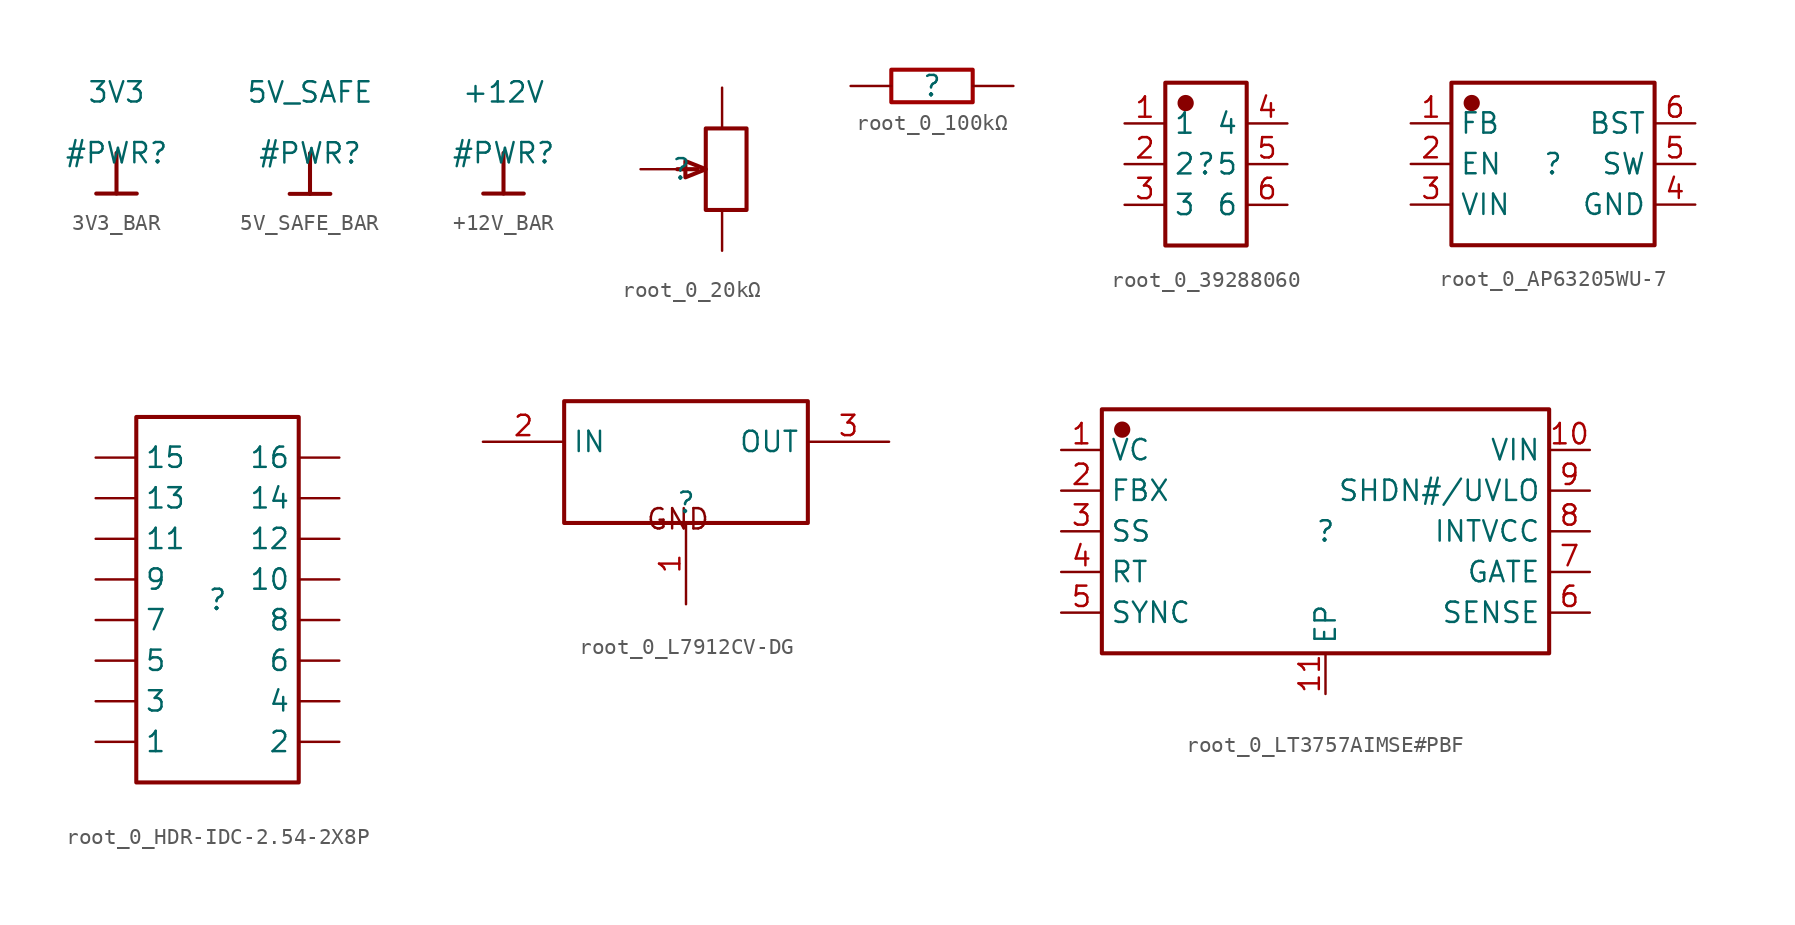
<source format=kicad_sym>
(kicad_symbol_lib
  (version 20231120)
  (generator "kicad_symbol_editor")
  (generator_version "8.0")
  (symbol "3V3_BAR"
    (power)
    (property "Reference" "#PWR"
      (at 0 0 0)
      (effects (font (size 1.27 1.27))))
    (property "Value" "3V3"
      (at 0 3.81 0)
      (effects (font (size 1.27 1.27))))
    (symbol "3V3_BAR_0_0"
      (polyline (pts (xy -1.27 -2.54) (xy 1.27 -2.54)) (stroke (width 0.254) (type solid)) (fill (type none)))
      (polyline (pts (xy 0 0) (xy 0 -2.54)) (stroke (width 0.254) (type solid)) (fill (type none)))
      (pin power_in line (at 0 0 0) (length 0) hide (name "3V3" (effects (font (size 1.27 1.27)))) (number "" (effects (font (size 1.27 1.27)))))))
  (symbol "5V_SAFE_BAR"
    (power)
    (property "Reference" "#PWR"
      (at 0 0 0)
      (effects (font (size 1.27 1.27))))
    (property "Value" "5V_SAFE"
      (at 0 3.81 0)
      (effects (font (size 1.27 1.27))))
    (symbol "5V_SAFE_BAR_0_0"
      (polyline (pts (xy -1.27 -2.54) (xy 1.27 -2.54)) (stroke (width 0.254) (type solid)) (fill (type none)))
      (polyline (pts (xy 0 0) (xy 0 -2.54)) (stroke (width 0.254) (type solid)) (fill (type none)))
      (pin power_in line (at 0 0 0) (length 0) hide (name "5V_SAFE" (effects (font (size 1.27 1.27)))) (number "" (effects (font (size 1.27 1.27)))))))
  (symbol "+12V_BAR"
    (power)
    (property "Reference" "#PWR"
      (at 0 0 0)
      (effects (font (size 1.27 1.27))))
    (property "Value" "+12V"
      (at 0 3.81 0)
      (effects (font (size 1.27 1.27))))
    (symbol "+12V_BAR_0_0"
      (polyline (pts (xy -1.27 -2.54) (xy 1.27 -2.54)) (stroke (width 0.254) (type solid)) (fill (type none)))
      (polyline (pts (xy 0 0) (xy 0 -2.54)) (stroke (width 0.254) (type solid)) (fill (type none)))
      (pin power_in line (at 0 0 0) (length 0) hide (name "+12V" (effects (font (size 1.27 1.27)))) (number "" (effects (font (size 1.27 1.27)))))))
  (symbol "root_0_20kΩ"
    (property "Reference" ""
      (at 0 0 0)
      (effects (font (size 1.27 1.27))))
    (property "Value" ""
      (at 0 0 0)
      (effects (font (size 1.27 1.27))))
    (symbol "root_0_20kΩ_1_0"
      (polyline (pts (xy 1.016 0) (xy -0.254 0)) (stroke (width 0.254) (type solid) (color 136 0 0 1)) (fill (type none)))
      (polyline (pts (xy 1.524 0) (xy 0.254 -0.508) (xy 0.254 -0.508) (xy 0.254 0.508) (xy 0.254 0.508) (xy 1.524 0)) (stroke (width 0.254) (type solid) (color 136 0 0 1)) (fill (type none)))
      (polyline (pts (xy 1.524 -2.54) (xy 1.524 2.54) (xy 1.524 2.54) (xy 4.064 2.54) (xy 4.064 2.54) (xy 4.064 -2.54) (xy 4.064 -2.54) (xy 1.524 -2.54)) (stroke (width 0.254) (type solid) (color 136 0 0 1)) (fill (type none)))
      (pin passive line (at 2.54 5.08 270) (length 2.54) (name "1" (effects (font (size 0 0)))) (number "1" (effects (font (size 0 0)))))
      (pin passive line (at -2.54 0 0) (length 2.54) (name "2" (effects (font (size 0 0)))) (number "2" (effects (font (size 0 0)))))
      (pin passive line (at 2.54 -5.08 90) (length 2.54) (name "3" (effects (font (size 0 0)))) (number "3" (effects (font (size 0 0)))))))
  (symbol "root_0_100kΩ"
    (property "Reference" ""
      (at 0 0 0)
      (effects (font (size 1.27 1.27))))
    (property "Value" ""
      (at 0 0 0)
      (effects (font (size 1.27 1.27))))
    (symbol "root_0_100kΩ_1_0"
      (rectangle (start -2.54 1.016) (end 2.54 -1.016) (stroke (width 0.254) (type solid) (color 160 0 0 1)) (fill (type none)))
      (pin passive line (at -5.08 0 0) (length 2.54) (name "1" (effects (font (size 0 0)))) (number "1" (effects (font (size 0 0)))))
      (pin passive line (at 5.08 0 180) (length 2.54) (name "2" (effects (font (size 0 0)))) (number "2" (effects (font (size 0 0)))))))
  (symbol "root_0_39288060"
    (property "Reference" ""
      (at 0 0 0)
      (effects (font (size 1.27 1.27))))
    (property "Value" ""
      (at 0 0 0)
      (effects (font (size 1.27 1.27))))
    (symbol "root_0_39288060_1_0"
      (rectangle (start -2.54 5.08) (end 2.54 -5.08) (stroke (width 0.254) (type solid) (color 136 0 0 1)) (fill (type none)))
      (circle (center -1.27 3.81) (radius 0.381) (stroke (width 0.254) (type solid) (color 136 0 0 1)) (fill (type outline)))
      (pin passive line (at -5.08 2.54 0) (length 2.54) (name "1" (effects (font (size 1.27 1.27)))) (number "1" (effects (font (size 1.27 1.27)))))
      (pin passive line (at -5.08 0 0) (length 2.54) (name "2" (effects (font (size 1.27 1.27)))) (number "2" (effects (font (size 1.27 1.27)))))
      (pin passive line (at -5.08 -2.54 0) (length 2.54) (name "3" (effects (font (size 1.27 1.27)))) (number "3" (effects (font (size 1.27 1.27)))))
      (pin passive line (at 5.08 2.54 180) (length 2.54) (name "4" (effects (font (size 1.27 1.27)))) (number "4" (effects (font (size 1.27 1.27)))))
      (pin passive line (at 5.08 0 180) (length 2.54) (name "5" (effects (font (size 1.27 1.27)))) (number "5" (effects (font (size 1.27 1.27)))))
      (pin passive line (at 5.08 -2.54 180) (length 2.54) (name "6" (effects (font (size 1.27 1.27)))) (number "6" (effects (font (size 1.27 1.27)))))))
  (symbol "root_0_AP63205WU-7"
    (property "Reference" ""
      (at 0 0 0)
      (effects (font (size 1.27 1.27))))
    (property "Value" ""
      (at 0 0 0)
      (effects (font (size 1.27 1.27))))
    (symbol "root_0_AP63205WU-7_1_0"
      (rectangle (start -6.35 5.08) (end 6.35 -5.08) (stroke (width 0.254) (type solid) (color 136 0 0 1)) (fill (type none)))
      (circle (center -5.08 3.81) (radius 0.381) (stroke (width 0.254) (type solid) (color 136 0 0 1)) (fill (type outline)))
      (pin passive line (at -8.89 2.54 0) (length 2.54) (name "FB" (effects (font (size 1.27 1.27)))) (number "1" (effects (font (size 1.27 1.27)))))
      (pin passive line (at -8.89 0 0) (length 2.54) (name "EN" (effects (font (size 1.27 1.27)))) (number "2" (effects (font (size 1.27 1.27)))))
      (pin passive line (at -8.89 -2.54 0) (length 2.54) (name "VIN" (effects (font (size 1.27 1.27)))) (number "3" (effects (font (size 1.27 1.27)))))
      (pin passive line (at 8.89 -2.54 180) (length 2.54) (name "GND" (effects (font (size 1.27 1.27)))) (number "4" (effects (font (size 1.27 1.27)))))
      (pin passive line (at 8.89 0 180) (length 2.54) (name "SW" (effects (font (size 1.27 1.27)))) (number "5" (effects (font (size 1.27 1.27)))))
      (pin passive line (at 8.89 2.54 180) (length 2.54) (name "BST" (effects (font (size 1.27 1.27)))) (number "6" (effects (font (size 1.27 1.27)))))))
  (symbol "root_0_HDR-IDC-2.54-2X8P"
    (property "Reference" ""
      (at 0 0 0)
      (effects (font (size 1.27 1.27))))
    (property "Value" ""
      (at 0 0 0)
      (effects (font (size 1.27 1.27))))
    (symbol "root_0_HDR-IDC-2.54-2X8P_1_0"
      (rectangle (start -5.08 11.43) (end 5.08 -11.43) (stroke (width 0.254) (type solid) (color 136 0 0 1)) (fill (type none)))
      (pin passive line (at -7.62 -8.89 0) (length 2.54) (name "1" (effects (font (size 1.27 1.27)))) (number "1" (effects (font (size 0 0)))))
      (pin passive line (at 7.62 1.27 180) (length 2.54) (name "10" (effects (font (size 1.27 1.27)))) (number "10" (effects (font (size 0 0)))))
      (pin passive line (at -7.62 3.81 0) (length 2.54) (name "11" (effects (font (size 1.27 1.27)))) (number "11" (effects (font (size 0 0)))))
      (pin passive line (at 7.62 3.81 180) (length 2.54) (name "12" (effects (font (size 1.27 1.27)))) (number "12" (effects (font (size 0 0)))))
      (pin passive line (at -7.62 6.35 0) (length 2.54) (name "13" (effects (font (size 1.27 1.27)))) (number "13" (effects (font (size 0 0)))))
      (pin passive line (at 7.62 6.35 180) (length 2.54) (name "14" (effects (font (size 1.27 1.27)))) (number "14" (effects (font (size 0 0)))))
      (pin passive line (at -7.62 8.89 0) (length 2.54) (name "15" (effects (font (size 1.27 1.27)))) (number "15" (effects (font (size 0 0)))))
      (pin passive line (at 7.62 8.89 180) (length 2.54) (name "16" (effects (font (size 1.27 1.27)))) (number "16" (effects (font (size 0 0)))))
      (pin passive line (at 7.62 -8.89 180) (length 2.54) (name "2" (effects (font (size 1.27 1.27)))) (number "2" (effects (font (size 0 0)))))
      (pin passive line (at -7.62 -6.35 0) (length 2.54) (name "3" (effects (font (size 1.27 1.27)))) (number "3" (effects (font (size 0 0)))))
      (pin passive line (at 7.62 -6.35 180) (length 2.54) (name "4" (effects (font (size 1.27 1.27)))) (number "4" (effects (font (size 0 0)))))
      (pin passive line (at -7.62 -3.81 0) (length 2.54) (name "5" (effects (font (size 1.27 1.27)))) (number "5" (effects (font (size 0 0)))))
      (pin passive line (at 7.62 -3.81 180) (length 2.54) (name "6" (effects (font (size 1.27 1.27)))) (number "6" (effects (font (size 0 0)))))
      (pin passive line (at -7.62 -1.27 0) (length 2.54) (name "7" (effects (font (size 1.27 1.27)))) (number "7" (effects (font (size 0 0)))))
      (pin passive line (at 7.62 -1.27 180) (length 2.54) (name "8" (effects (font (size 1.27 1.27)))) (number "8" (effects (font (size 0 0)))))
      (pin passive line (at -7.62 1.27 0) (length 2.54) (name "9" (effects (font (size 1.27 1.27)))) (number "9" (effects (font (size 0 0)))))))
  (symbol "root_0_L7912CV-DG"
    (property "Reference" ""
      (at 0 0 0)
      (effects (font (size 1.27 1.27))))
    (property "Value" ""
      (at 0 0 0)
      (effects (font (size 1.27 1.27))))
    (symbol "root_0_L7912CV-DG_1_0"
      (rectangle (start -7.62 6.35) (end 7.62 -1.27) (stroke (width 0.254) (type solid) (color 136 0 0 1)) (fill (type none)))
      (text "GND" (at -2.54 -1.771 0) (effects (font (size 1.27 1.27)) (justify left bottom)))
      (pin passive line (at 0 -6.35 90) (length 5.08) (name "GND" (effects (font (size 0 0)))) (number "1" (effects (font (size 1.27 1.27)))))
      (pin passive line (at -12.7 3.81 0) (length 5.08) (name "IN" (effects (font (size 1.27 1.27)))) (number "2" (effects (font (size 1.27 1.27)))))
      (pin passive line (at 12.7 3.81 180) (length 5.08) (name "OUT" (effects (font (size 1.27 1.27)))) (number "3" (effects (font (size 1.27 1.27)))))))
  (symbol "root_0_LT3757AIMSE#PBF"
    (property "Reference" ""
      (at 0 0 0)
      (effects (font (size 1.27 1.27))))
    (property "Value" ""
      (at 0 0 0)
      (effects (font (size 1.27 1.27))))
    (symbol "root_0_LT3757AIMSE#PBF_1_0"
      (rectangle (start -13.97 7.62) (end 13.97 -7.62) (stroke (width 0.254) (type solid) (color 136 0 0 1)) (fill (type none)))
      (circle (center -12.7 6.35) (radius 0.381) (stroke (width 0.254) (type solid) (color 136 0 0 1)) (fill (type outline)))
      (pin passive line (at -16.51 5.08 0) (length 2.54) (name "VC" (effects (font (size 1.27 1.27)))) (number "1" (effects (font (size 1.27 1.27)))))
      (pin passive line (at 16.51 5.08 180) (length 2.54) (name "VIN" (effects (font (size 1.27 1.27)))) (number "10" (effects (font (size 1.27 1.27)))))
      (pin passive line (at 0 -10.16 90) (length 2.54) (name "EP" (effects (font (size 1.27 1.27)))) (number "11" (effects (font (size 1.27 1.27)))))
      (pin passive line (at -16.51 2.54 0) (length 2.54) (name "FBX" (effects (font (size 1.27 1.27)))) (number "2" (effects (font (size 1.27 1.27)))))
      (pin passive line (at -16.51 0 0) (length 2.54) (name "SS" (effects (font (size 1.27 1.27)))) (number "3" (effects (font (size 1.27 1.27)))))
      (pin passive line (at -16.51 -2.54 0) (length 2.54) (name "RT" (effects (font (size 1.27 1.27)))) (number "4" (effects (font (size 1.27 1.27)))))
      (pin passive line (at -16.51 -5.08 0) (length 2.54) (name "SYNC" (effects (font (size 1.27 1.27)))) (number "5" (effects (font (size 1.27 1.27)))))
      (pin passive line (at 16.51 -5.08 180) (length 2.54) (name "SENSE" (effects (font (size 1.27 1.27)))) (number "6" (effects (font (size 1.27 1.27)))))
      (pin passive line (at 16.51 -2.54 180) (length 2.54) (name "GATE" (effects (font (size 1.27 1.27)))) (number "7" (effects (font (size 1.27 1.27)))))
      (pin passive line (at 16.51 0 180) (length 2.54) (name "INTVCC" (effects (font (size 1.27 1.27)))) (number "8" (effects (font (size 1.27 1.27)))))
      (pin passive line (at 16.51 2.54 180) (length 2.54) (name "SHDN#/UVLO" (effects (font (size 1.27 1.27)))) (number "9" (effects (font (size 1.27 1.27))))))))
</source>
